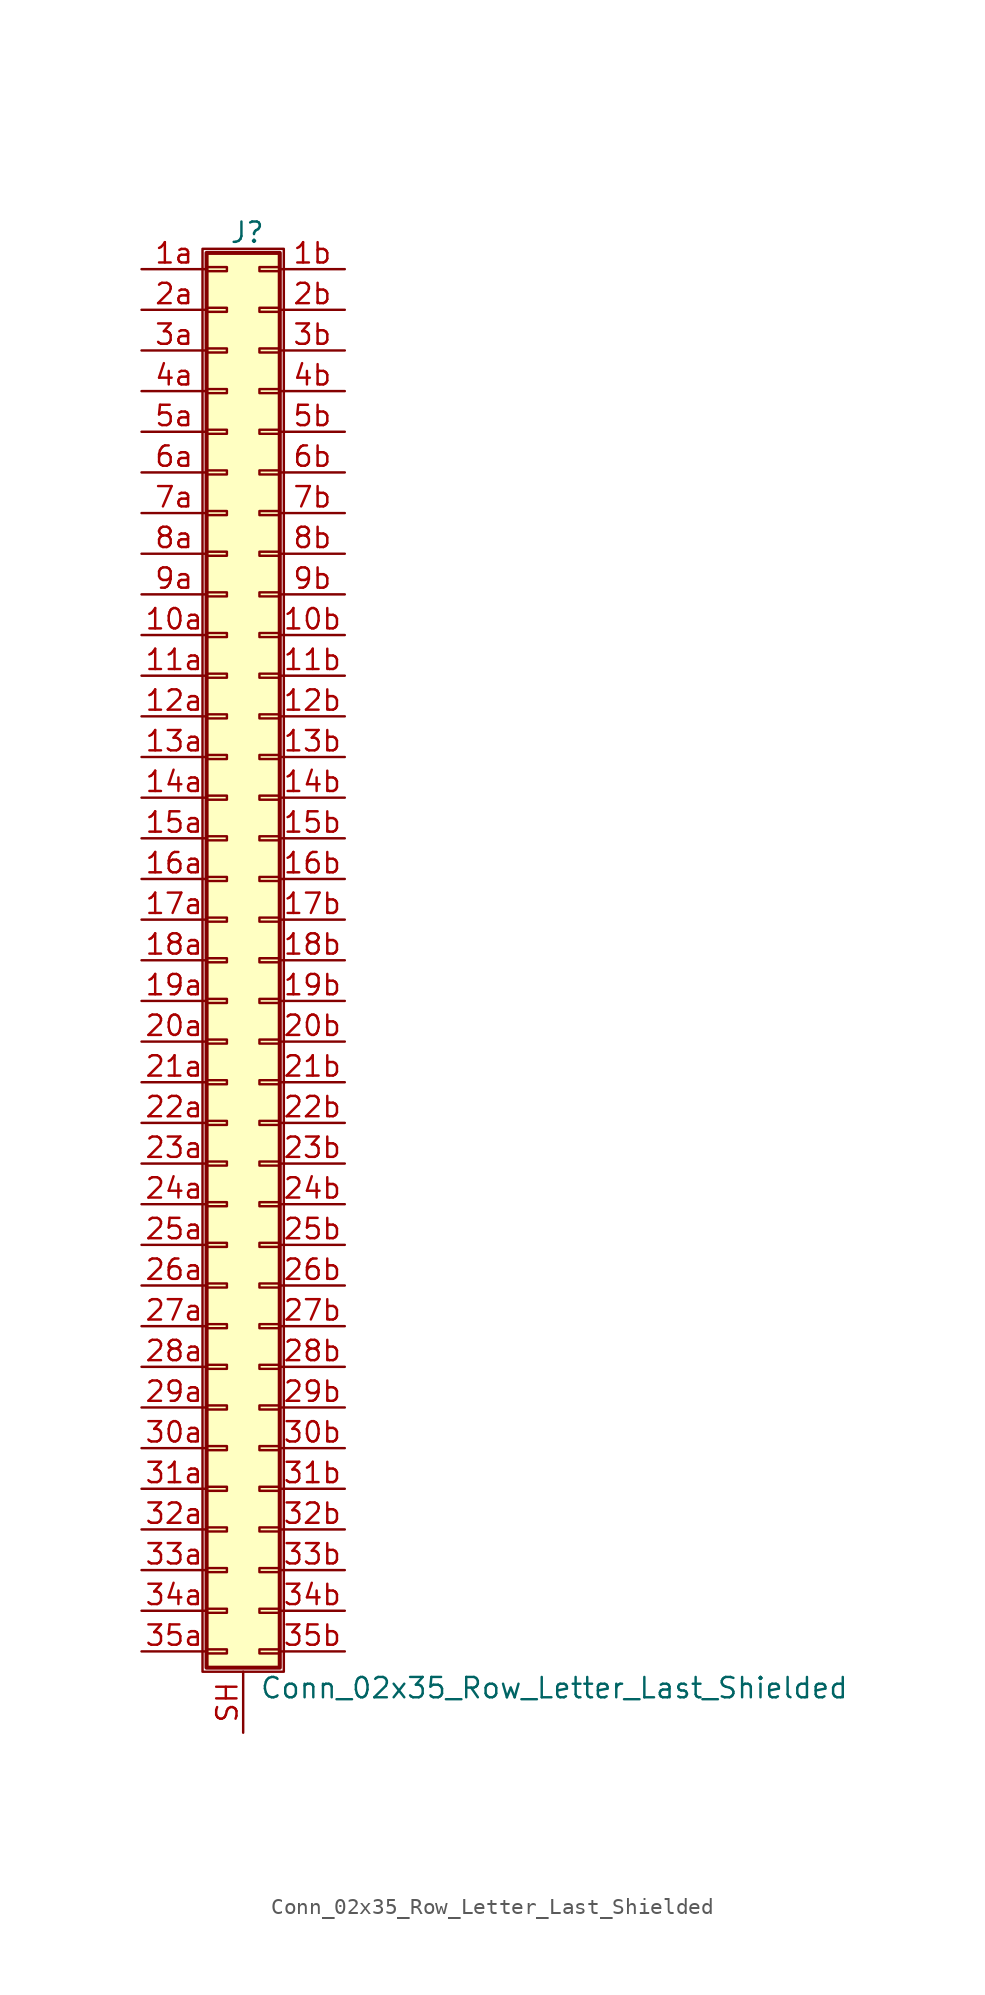
<source format=kicad_sym>
(kicad_symbol_lib
  (version 20220914)
  (generator kicad_symbol_editor)
  (symbol "Conn_02x35_Row_Letter_Last_Shielded"
    (pin_names
      (offset 1.016) hide)
    (property "Reference" "J"
      (at 1.524 45.466 0)
      (effects (font (size 1.27 1.27))))
    (property "Value" "Conn_02x35_Row_Letter_Last_Shielded"
      (at 2.286 -45.466 0)
      (effects (font (size 1.27 1.27)) (justify left)))
    (symbol "Conn_02x35_Row_Letter_Last_Shielded_1_1"
      (rectangle (start -1.27 44.45) (end 3.81 -44.45) (stroke (width 0.152) (type default)) (fill (type none)))
      (rectangle (start -1.016 -43.053) (end 0.254 -43.307) (stroke (width 0.152) (type default)) (fill (type none)))
      (rectangle (start -1.016 -40.513) (end 0.254 -40.767) (stroke (width 0.152) (type default)) (fill (type none)))
      (rectangle (start -1.016 -37.973) (end 0.254 -38.227) (stroke (width 0.152) (type default)) (fill (type none)))
      (rectangle (start -1.016 -35.433) (end 0.254 -35.687) (stroke (width 0.152) (type default)) (fill (type none)))
      (rectangle (start -1.016 -32.893) (end 0.254 -33.147) (stroke (width 0.152) (type default)) (fill (type none)))
      (rectangle (start -1.016 -30.353) (end 0.254 -30.607) (stroke (width 0.152) (type default)) (fill (type none)))
      (rectangle (start -1.016 -27.813) (end 0.254 -28.067) (stroke (width 0.152) (type default)) (fill (type none)))
      (rectangle (start -1.016 -25.273) (end 0.254 -25.527) (stroke (width 0.152) (type default)) (fill (type none)))
      (rectangle (start -1.016 -22.733) (end 0.254 -22.987) (stroke (width 0.152) (type default)) (fill (type none)))
      (rectangle (start -1.016 -20.193) (end 0.254 -20.447) (stroke (width 0.152) (type default)) (fill (type none)))
      (rectangle (start -1.016 -17.653) (end 0.254 -17.907) (stroke (width 0.152) (type default)) (fill (type none)))
      (rectangle (start -1.016 -15.113) (end 0.254 -15.367) (stroke (width 0.152) (type default)) (fill (type none)))
      (rectangle (start -1.016 -12.573) (end 0.254 -12.827) (stroke (width 0.152) (type default)) (fill (type none)))
      (rectangle (start -1.016 -10.033) (end 0.254 -10.287) (stroke (width 0.152) (type default)) (fill (type none)))
      (rectangle (start -1.016 -7.493) (end 0.254 -7.747) (stroke (width 0.152) (type default)) (fill (type none)))
      (rectangle (start -1.016 -4.953) (end 0.254 -5.207) (stroke (width 0.152) (type default)) (fill (type none)))
      (rectangle (start -1.016 -2.413) (end 0.254 -2.667) (stroke (width 0.152) (type default)) (fill (type none)))
      (rectangle (start -1.016 0.127) (end 0.254 -0.127) (stroke (width 0.152) (type default)) (fill (type none)))
      (rectangle (start -1.016 2.667) (end 0.254 2.413) (stroke (width 0.152) (type default)) (fill (type none)))
      (rectangle (start -1.016 5.207) (end 0.254 4.953) (stroke (width 0.152) (type default)) (fill (type none)))
      (rectangle (start -1.016 7.747) (end 0.254 7.493) (stroke (width 0.152) (type default)) (fill (type none)))
      (rectangle (start -1.016 10.287) (end 0.254 10.033) (stroke (width 0.152) (type default)) (fill (type none)))
      (rectangle (start -1.016 12.827) (end 0.254 12.573) (stroke (width 0.152) (type default)) (fill (type none)))
      (rectangle (start -1.016 15.367) (end 0.254 15.113) (stroke (width 0.152) (type default)) (fill (type none)))
      (rectangle (start -1.016 17.907) (end 0.254 17.653) (stroke (width 0.152) (type default)) (fill (type none)))
      (rectangle (start -1.016 20.447) (end 0.254 20.193) (stroke (width 0.152) (type default)) (fill (type none)))
      (rectangle (start -1.016 22.987) (end 0.254 22.733) (stroke (width 0.152) (type default)) (fill (type none)))
      (rectangle (start -1.016 25.527) (end 0.254 25.273) (stroke (width 0.152) (type default)) (fill (type none)))
      (rectangle (start -1.016 28.067) (end 0.254 27.813) (stroke (width 0.152) (type default)) (fill (type none)))
      (rectangle (start -1.016 30.607) (end 0.254 30.353) (stroke (width 0.152) (type default)) (fill (type none)))
      (rectangle (start -1.016 33.147) (end 0.254 32.893) (stroke (width 0.152) (type default)) (fill (type none)))
      (rectangle (start -1.016 35.687) (end 0.254 35.433) (stroke (width 0.152) (type default)) (fill (type none)))
      (rectangle (start -1.016 38.227) (end 0.254 37.973) (stroke (width 0.152) (type default)) (fill (type none)))
      (rectangle (start -1.016 40.767) (end 0.254 40.513) (stroke (width 0.152) (type default)) (fill (type none)))
      (rectangle (start -1.016 43.307) (end 0.254 43.053) (stroke (width 0.152) (type default)) (fill (type none)))
      (rectangle (start -1.016 44.196) (end 3.556 -44.196) (stroke (width 0.254) (type default)) (fill (type background)))
      (rectangle (start 3.556 -43.053) (end 2.286 -43.307) (stroke (width 0.152) (type default)) (fill (type none)))
      (rectangle (start 3.556 -40.513) (end 2.286 -40.767) (stroke (width 0.152) (type default)) (fill (type none)))
      (rectangle (start 3.556 -37.973) (end 2.286 -38.227) (stroke (width 0.152) (type default)) (fill (type none)))
      (rectangle (start 3.556 -35.433) (end 2.286 -35.687) (stroke (width 0.152) (type default)) (fill (type none)))
      (rectangle (start 3.556 -32.893) (end 2.286 -33.147) (stroke (width 0.152) (type default)) (fill (type none)))
      (rectangle (start 3.556 -30.353) (end 2.286 -30.607) (stroke (width 0.152) (type default)) (fill (type none)))
      (rectangle (start 3.556 -27.813) (end 2.286 -28.067) (stroke (width 0.152) (type default)) (fill (type none)))
      (rectangle (start 3.556 -25.273) (end 2.286 -25.527) (stroke (width 0.152) (type default)) (fill (type none)))
      (rectangle (start 3.556 -22.733) (end 2.286 -22.987) (stroke (width 0.152) (type default)) (fill (type none)))
      (rectangle (start 3.556 -20.193) (end 2.286 -20.447) (stroke (width 0.152) (type default)) (fill (type none)))
      (rectangle (start 3.556 -17.653) (end 2.286 -17.907) (stroke (width 0.152) (type default)) (fill (type none)))
      (rectangle (start 3.556 -15.113) (end 2.286 -15.367) (stroke (width 0.152) (type default)) (fill (type none)))
      (rectangle (start 3.556 -12.573) (end 2.286 -12.827) (stroke (width 0.152) (type default)) (fill (type none)))
      (rectangle (start 3.556 -10.033) (end 2.286 -10.287) (stroke (width 0.152) (type default)) (fill (type none)))
      (rectangle (start 3.556 -7.493) (end 2.286 -7.747) (stroke (width 0.152) (type default)) (fill (type none)))
      (rectangle (start 3.556 -4.953) (end 2.286 -5.207) (stroke (width 0.152) (type default)) (fill (type none)))
      (rectangle (start 3.556 -2.413) (end 2.286 -2.667) (stroke (width 0.152) (type default)) (fill (type none)))
      (rectangle (start 3.556 0.127) (end 2.286 -0.127) (stroke (width 0.152) (type default)) (fill (type none)))
      (rectangle (start 3.556 2.667) (end 2.286 2.413) (stroke (width 0.152) (type default)) (fill (type none)))
      (rectangle (start 3.556 5.207) (end 2.286 4.953) (stroke (width 0.152) (type default)) (fill (type none)))
      (rectangle (start 3.556 7.747) (end 2.286 7.493) (stroke (width 0.152) (type default)) (fill (type none)))
      (rectangle (start 3.556 10.287) (end 2.286 10.033) (stroke (width 0.152) (type default)) (fill (type none)))
      (rectangle (start 3.556 12.827) (end 2.286 12.573) (stroke (width 0.152) (type default)) (fill (type none)))
      (rectangle (start 3.556 15.367) (end 2.286 15.113) (stroke (width 0.152) (type default)) (fill (type none)))
      (rectangle (start 3.556 17.907) (end 2.286 17.653) (stroke (width 0.152) (type default)) (fill (type none)))
      (rectangle (start 3.556 20.447) (end 2.286 20.193) (stroke (width 0.152) (type default)) (fill (type none)))
      (rectangle (start 3.556 22.987) (end 2.286 22.733) (stroke (width 0.152) (type default)) (fill (type none)))
      (rectangle (start 3.556 25.527) (end 2.286 25.273) (stroke (width 0.152) (type default)) (fill (type none)))
      (rectangle (start 3.556 28.067) (end 2.286 27.813) (stroke (width 0.152) (type default)) (fill (type none)))
      (rectangle (start 3.556 30.607) (end 2.286 30.353) (stroke (width 0.152) (type default)) (fill (type none)))
      (rectangle (start 3.556 33.147) (end 2.286 32.893) (stroke (width 0.152) (type default)) (fill (type none)))
      (rectangle (start 3.556 35.687) (end 2.286 35.433) (stroke (width 0.152) (type default)) (fill (type none)))
      (rectangle (start 3.556 38.227) (end 2.286 37.973) (stroke (width 0.152) (type default)) (fill (type none)))
      (rectangle (start 3.556 40.767) (end 2.286 40.513) (stroke (width 0.152) (type default)) (fill (type none)))
      (rectangle (start 3.556 43.307) (end 2.286 43.053) (stroke (width 0.152) (type default)) (fill (type none)))
      (pin passive line (at -5.08 20.32 0) (length 4.064) (name "Pin_10a" (effects (font (size 1.27 1.27)))) (number "10a" (effects (font (size 1.27 1.27)))))
      (pin passive line (at 7.62 20.32 180) (length 4.064) (name "Pin_10b" (effects (font (size 1.27 1.27)))) (number "10b" (effects (font (size 1.27 1.27)))))
      (pin passive line (at -5.08 17.78 0) (length 4.064) (name "Pin_11a" (effects (font (size 1.27 1.27)))) (number "11a" (effects (font (size 1.27 1.27)))))
      (pin passive line (at 7.62 17.78 180) (length 4.064) (name "Pin_11b" (effects (font (size 1.27 1.27)))) (number "11b" (effects (font (size 1.27 1.27)))))
      (pin passive line (at -5.08 15.24 0) (length 4.064) (name "Pin_12a" (effects (font (size 1.27 1.27)))) (number "12a" (effects (font (size 1.27 1.27)))))
      (pin passive line (at 7.62 15.24 180) (length 4.064) (name "Pin_12b" (effects (font (size 1.27 1.27)))) (number "12b" (effects (font (size 1.27 1.27)))))
      (pin passive line (at -5.08 12.7 0) (length 4.064) (name "Pin_13a" (effects (font (size 1.27 1.27)))) (number "13a" (effects (font (size 1.27 1.27)))))
      (pin passive line (at 7.62 12.7 180) (length 4.064) (name "Pin_13b" (effects (font (size 1.27 1.27)))) (number "13b" (effects (font (size 1.27 1.27)))))
      (pin passive line (at -5.08 10.16 0) (length 4.064) (name "Pin_14a" (effects (font (size 1.27 1.27)))) (number "14a" (effects (font (size 1.27 1.27)))))
      (pin passive line (at 7.62 10.16 180) (length 4.064) (name "Pin_14b" (effects (font (size 1.27 1.27)))) (number "14b" (effects (font (size 1.27 1.27)))))
      (pin passive line (at -5.08 7.62 0) (length 4.064) (name "Pin_15a" (effects (font (size 1.27 1.27)))) (number "15a" (effects (font (size 1.27 1.27)))))
      (pin passive line (at 7.62 7.62 180) (length 4.064) (name "Pin_15b" (effects (font (size 1.27 1.27)))) (number "15b" (effects (font (size 1.27 1.27)))))
      (pin passive line (at -5.08 5.08 0) (length 4.064) (name "Pin_16a" (effects (font (size 1.27 1.27)))) (number "16a" (effects (font (size 1.27 1.27)))))
      (pin passive line (at 7.62 5.08 180) (length 4.064) (name "Pin_16b" (effects (font (size 1.27 1.27)))) (number "16b" (effects (font (size 1.27 1.27)))))
      (pin passive line (at -5.08 2.54 0) (length 4.064) (name "Pin_17a" (effects (font (size 1.27 1.27)))) (number "17a" (effects (font (size 1.27 1.27)))))
      (pin passive line (at 7.62 2.54 180) (length 4.064) (name "Pin_17b" (effects (font (size 1.27 1.27)))) (number "17b" (effects (font (size 1.27 1.27)))))
      (pin passive line (at -5.08 0 0) (length 4.064) (name "Pin_18a" (effects (font (size 1.27 1.27)))) (number "18a" (effects (font (size 1.27 1.27)))))
      (pin passive line (at 7.62 0 180) (length 4.064) (name "Pin_18b" (effects (font (size 1.27 1.27)))) (number "18b" (effects (font (size 1.27 1.27)))))
      (pin passive line (at -5.08 -2.54 0) (length 4.064) (name "Pin_19a" (effects (font (size 1.27 1.27)))) (number "19a" (effects (font (size 1.27 1.27)))))
      (pin passive line (at 7.62 -2.54 180) (length 4.064) (name "Pin_19b" (effects (font (size 1.27 1.27)))) (number "19b" (effects (font (size 1.27 1.27)))))
      (pin passive line (at -5.08 43.18 0) (length 4.064) (name "Pin_1a" (effects (font (size 1.27 1.27)))) (number "1a" (effects (font (size 1.27 1.27)))))
      (pin passive line (at 7.62 43.18 180) (length 4.064) (name "Pin_1b" (effects (font (size 1.27 1.27)))) (number "1b" (effects (font (size 1.27 1.27)))))
      (pin passive line (at -5.08 -5.08 0) (length 4.064) (name "Pin_20a" (effects (font (size 1.27 1.27)))) (number "20a" (effects (font (size 1.27 1.27)))))
      (pin passive line (at 7.62 -5.08 180) (length 4.064) (name "Pin_20b" (effects (font (size 1.27 1.27)))) (number "20b" (effects (font (size 1.27 1.27)))))
      (pin passive line (at -5.08 -7.62 0) (length 4.064) (name "Pin_21a" (effects (font (size 1.27 1.27)))) (number "21a" (effects (font (size 1.27 1.27)))))
      (pin passive line (at 7.62 -7.62 180) (length 4.064) (name "Pin_21b" (effects (font (size 1.27 1.27)))) (number "21b" (effects (font (size 1.27 1.27)))))
      (pin passive line (at -5.08 -10.16 0) (length 4.064) (name "Pin_22a" (effects (font (size 1.27 1.27)))) (number "22a" (effects (font (size 1.27 1.27)))))
      (pin passive line (at 7.62 -10.16 180) (length 4.064) (name "Pin_22b" (effects (font (size 1.27 1.27)))) (number "22b" (effects (font (size 1.27 1.27)))))
      (pin passive line (at -5.08 -12.7 0) (length 4.064) (name "Pin_23a" (effects (font (size 1.27 1.27)))) (number "23a" (effects (font (size 1.27 1.27)))))
      (pin passive line (at 7.62 -12.7 180) (length 4.064) (name "Pin_23b" (effects (font (size 1.27 1.27)))) (number "23b" (effects (font (size 1.27 1.27)))))
      (pin passive line (at -5.08 -15.24 0) (length 4.064) (name "Pin_24a" (effects (font (size 1.27 1.27)))) (number "24a" (effects (font (size 1.27 1.27)))))
      (pin passive line (at 7.62 -15.24 180) (length 4.064) (name "Pin_24b" (effects (font (size 1.27 1.27)))) (number "24b" (effects (font (size 1.27 1.27)))))
      (pin passive line (at -5.08 -17.78 0) (length 4.064) (name "Pin_25a" (effects (font (size 1.27 1.27)))) (number "25a" (effects (font (size 1.27 1.27)))))
      (pin passive line (at 7.62 -17.78 180) (length 4.064) (name "Pin_25b" (effects (font (size 1.27 1.27)))) (number "25b" (effects (font (size 1.27 1.27)))))
      (pin passive line (at -5.08 -20.32 0) (length 4.064) (name "Pin_26a" (effects (font (size 1.27 1.27)))) (number "26a" (effects (font (size 1.27 1.27)))))
      (pin passive line (at 7.62 -20.32 180) (length 4.064) (name "Pin_26b" (effects (font (size 1.27 1.27)))) (number "26b" (effects (font (size 1.27 1.27)))))
      (pin passive line (at -5.08 -22.86 0) (length 4.064) (name "Pin_27a" (effects (font (size 1.27 1.27)))) (number "27a" (effects (font (size 1.27 1.27)))))
      (pin passive line (at 7.62 -22.86 180) (length 4.064) (name "Pin_27b" (effects (font (size 1.27 1.27)))) (number "27b" (effects (font (size 1.27 1.27)))))
      (pin passive line (at -5.08 -25.4 0) (length 4.064) (name "Pin_28a" (effects (font (size 1.27 1.27)))) (number "28a" (effects (font (size 1.27 1.27)))))
      (pin passive line (at 7.62 -25.4 180) (length 4.064) (name "Pin_28b" (effects (font (size 1.27 1.27)))) (number "28b" (effects (font (size 1.27 1.27)))))
      (pin passive line (at -5.08 -27.94 0) (length 4.064) (name "Pin_29a" (effects (font (size 1.27 1.27)))) (number "29a" (effects (font (size 1.27 1.27)))))
      (pin passive line (at 7.62 -27.94 180) (length 4.064) (name "Pin_29b" (effects (font (size 1.27 1.27)))) (number "29b" (effects (font (size 1.27 1.27)))))
      (pin passive line (at -5.08 40.64 0) (length 4.064) (name "Pin_2a" (effects (font (size 1.27 1.27)))) (number "2a" (effects (font (size 1.27 1.27)))))
      (pin passive line (at 7.62 40.64 180) (length 4.064) (name "Pin_2b" (effects (font (size 1.27 1.27)))) (number "2b" (effects (font (size 1.27 1.27)))))
      (pin passive line (at -5.08 -30.48 0) (length 4.064) (name "Pin_30a" (effects (font (size 1.27 1.27)))) (number "30a" (effects (font (size 1.27 1.27)))))
      (pin passive line (at 7.62 -30.48 180) (length 4.064) (name "Pin_30b" (effects (font (size 1.27 1.27)))) (number "30b" (effects (font (size 1.27 1.27)))))
      (pin passive line (at -5.08 -33.02 0) (length 4.064) (name "Pin_31a" (effects (font (size 1.27 1.27)))) (number "31a" (effects (font (size 1.27 1.27)))))
      (pin passive line (at 7.62 -33.02 180) (length 4.064) (name "Pin_31b" (effects (font (size 1.27 1.27)))) (number "31b" (effects (font (size 1.27 1.27)))))
      (pin passive line (at -5.08 -35.56 0) (length 4.064) (name "Pin_32a" (effects (font (size 1.27 1.27)))) (number "32a" (effects (font (size 1.27 1.27)))))
      (pin passive line (at 7.62 -35.56 180) (length 4.064) (name "Pin_32b" (effects (font (size 1.27 1.27)))) (number "32b" (effects (font (size 1.27 1.27)))))
      (pin passive line (at -5.08 -38.1 0) (length 4.064) (name "Pin_33a" (effects (font (size 1.27 1.27)))) (number "33a" (effects (font (size 1.27 1.27)))))
      (pin passive line (at 7.62 -38.1 180) (length 4.064) (name "Pin_33b" (effects (font (size 1.27 1.27)))) (number "33b" (effects (font (size 1.27 1.27)))))
      (pin passive line (at -5.08 -40.64 0) (length 4.064) (name "Pin_34a" (effects (font (size 1.27 1.27)))) (number "34a" (effects (font (size 1.27 1.27)))))
      (pin passive line (at 7.62 -40.64 180) (length 4.064) (name "Pin_34b" (effects (font (size 1.27 1.27)))) (number "34b" (effects (font (size 1.27 1.27)))))
      (pin passive line (at -5.08 -43.18 0) (length 4.064) (name "Pin_35a" (effects (font (size 1.27 1.27)))) (number "35a" (effects (font (size 1.27 1.27)))))
      (pin passive line (at 7.62 -43.18 180) (length 4.064) (name "Pin_35b" (effects (font (size 1.27 1.27)))) (number "35b" (effects (font (size 1.27 1.27)))))
      (pin passive line (at -5.08 38.1 0) (length 4.064) (name "Pin_3a" (effects (font (size 1.27 1.27)))) (number "3a" (effects (font (size 1.27 1.27)))))
      (pin passive line (at 7.62 38.1 180) (length 4.064) (name "Pin_3b" (effects (font (size 1.27 1.27)))) (number "3b" (effects (font (size 1.27 1.27)))))
      (pin passive line (at -5.08 35.56 0) (length 4.064) (name "Pin_4a" (effects (font (size 1.27 1.27)))) (number "4a" (effects (font (size 1.27 1.27)))))
      (pin passive line (at 7.62 35.56 180) (length 4.064) (name "Pin_4b" (effects (font (size 1.27 1.27)))) (number "4b" (effects (font (size 1.27 1.27)))))
      (pin passive line (at -5.08 33.02 0) (length 4.064) (name "Pin_5a" (effects (font (size 1.27 1.27)))) (number "5a" (effects (font (size 1.27 1.27)))))
      (pin passive line (at 7.62 33.02 180) (length 4.064) (name "Pin_5b" (effects (font (size 1.27 1.27)))) (number "5b" (effects (font (size 1.27 1.27)))))
      (pin passive line (at -5.08 30.48 0) (length 4.064) (name "Pin_6a" (effects (font (size 1.27 1.27)))) (number "6a" (effects (font (size 1.27 1.27)))))
      (pin passive line (at 7.62 30.48 180) (length 4.064) (name "Pin_6b" (effects (font (size 1.27 1.27)))) (number "6b" (effects (font (size 1.27 1.27)))))
      (pin passive line (at -5.08 27.94 0) (length 4.064) (name "Pin_7a" (effects (font (size 1.27 1.27)))) (number "7a" (effects (font (size 1.27 1.27)))))
      (pin passive line (at 7.62 27.94 180) (length 4.064) (name "Pin_7b" (effects (font (size 1.27 1.27)))) (number "7b" (effects (font (size 1.27 1.27)))))
      (pin passive line (at -5.08 25.4 0) (length 4.064) (name "Pin_8a" (effects (font (size 1.27 1.27)))) (number "8a" (effects (font (size 1.27 1.27)))))
      (pin passive line (at 7.62 25.4 180) (length 4.064) (name "Pin_8b" (effects (font (size 1.27 1.27)))) (number "8b" (effects (font (size 1.27 1.27)))))
      (pin passive line (at -5.08 22.86 0) (length 4.064) (name "Pin_9a" (effects (font (size 1.27 1.27)))) (number "9a" (effects (font (size 1.27 1.27)))))
      (pin passive line (at 7.62 22.86 180) (length 4.064) (name "Pin_9b" (effects (font (size 1.27 1.27)))) (number "9b" (effects (font (size 1.27 1.27)))))
      (pin passive line (at 1.27 -48.26 90) (length 3.81) (name "Shield" (effects (font (size 1.27 1.27)))) (number "SH" (effects (font (size 1.27 1.27))))))))
</source>
